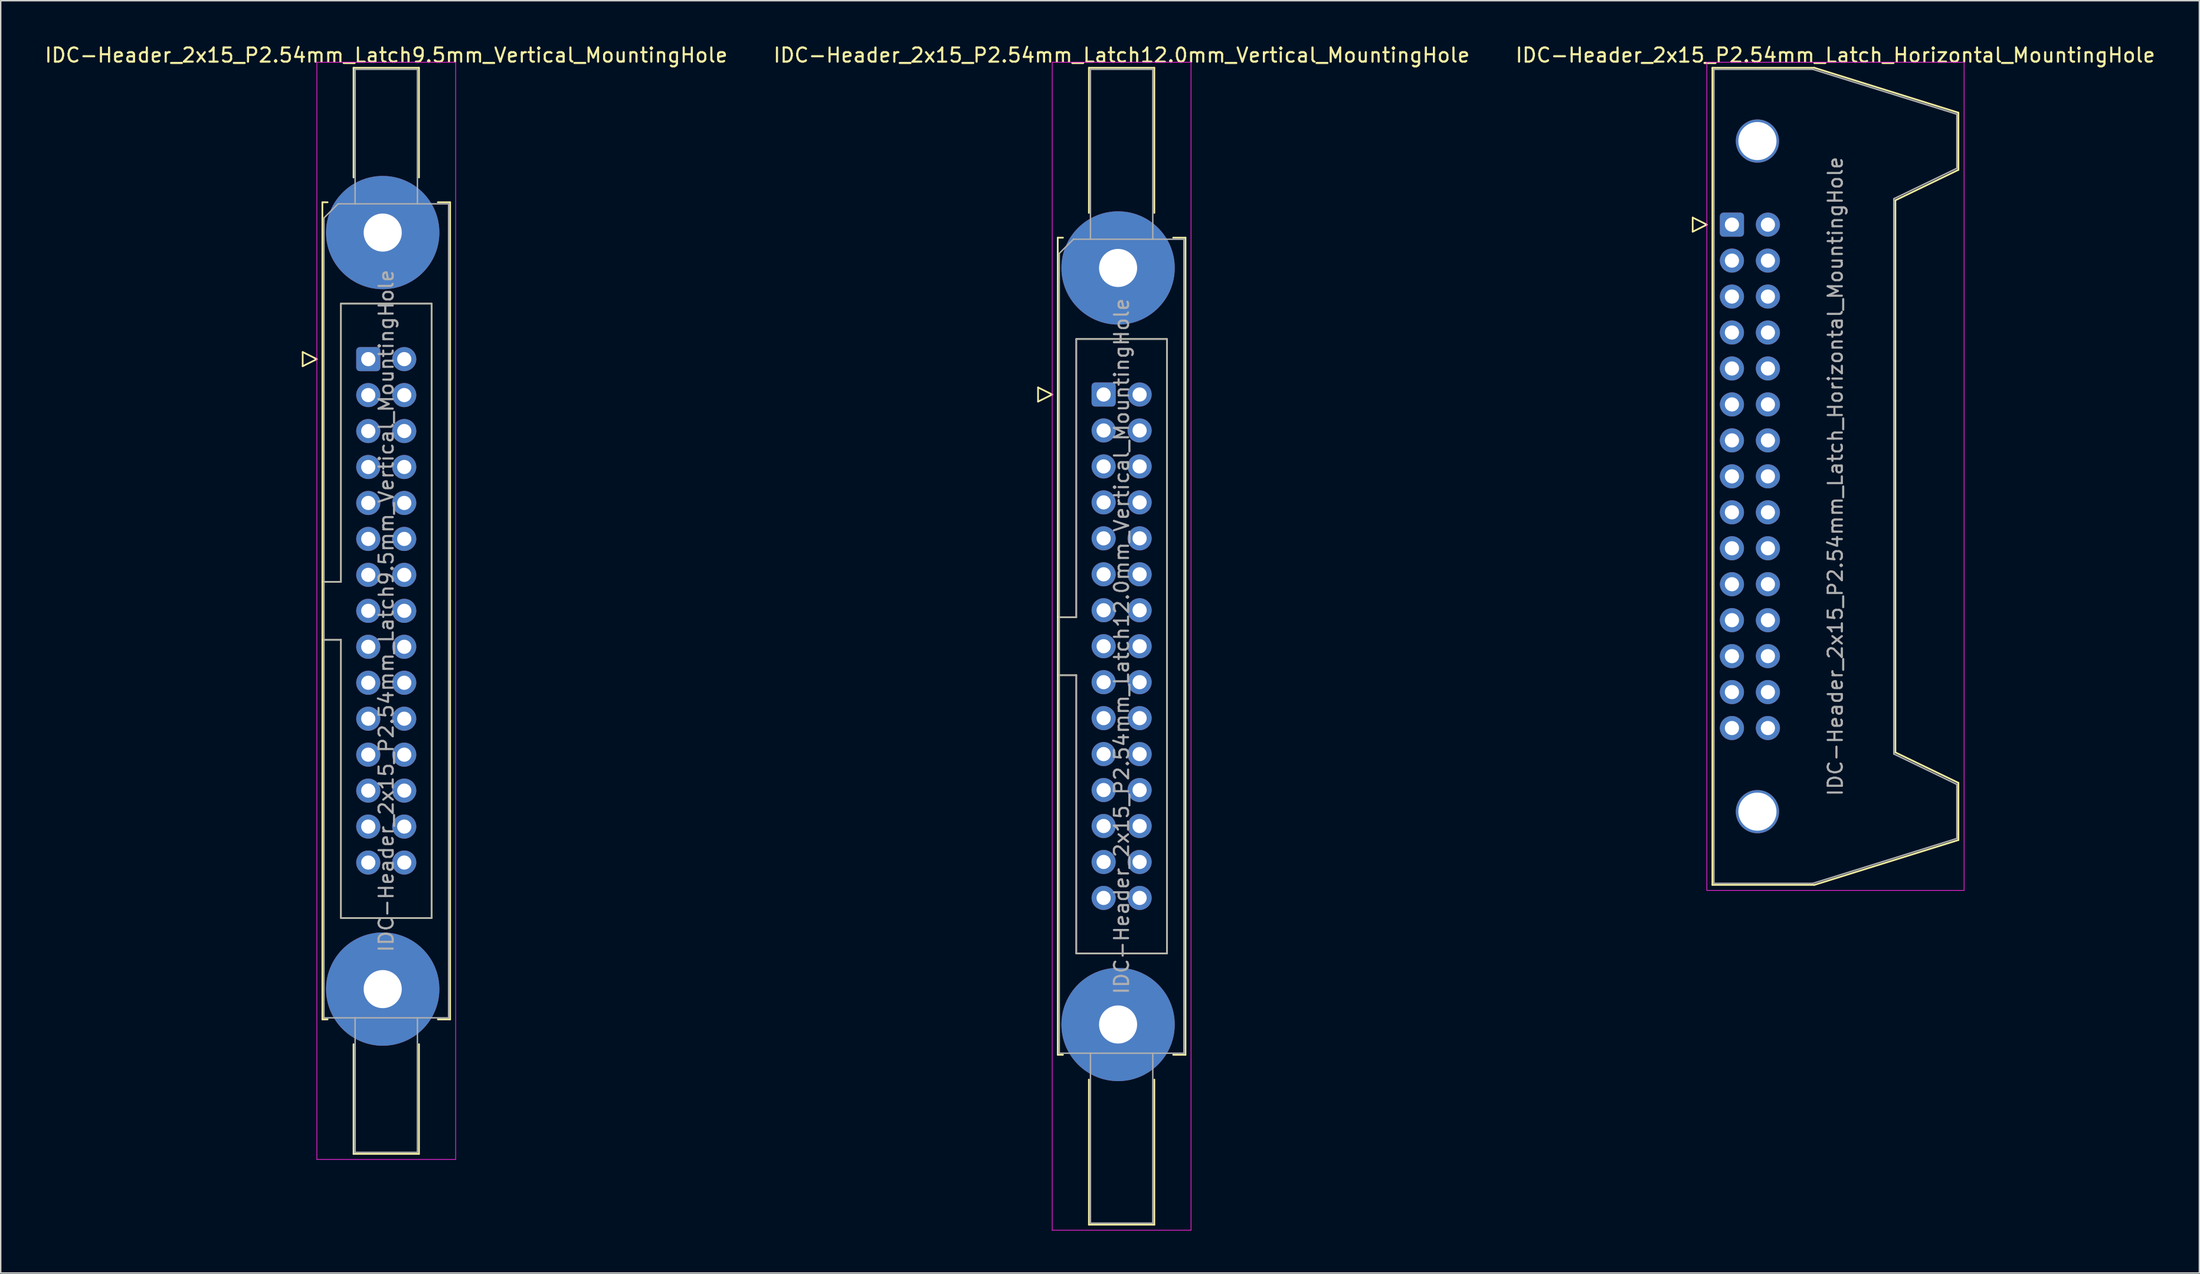
<source format=kicad_pcb>
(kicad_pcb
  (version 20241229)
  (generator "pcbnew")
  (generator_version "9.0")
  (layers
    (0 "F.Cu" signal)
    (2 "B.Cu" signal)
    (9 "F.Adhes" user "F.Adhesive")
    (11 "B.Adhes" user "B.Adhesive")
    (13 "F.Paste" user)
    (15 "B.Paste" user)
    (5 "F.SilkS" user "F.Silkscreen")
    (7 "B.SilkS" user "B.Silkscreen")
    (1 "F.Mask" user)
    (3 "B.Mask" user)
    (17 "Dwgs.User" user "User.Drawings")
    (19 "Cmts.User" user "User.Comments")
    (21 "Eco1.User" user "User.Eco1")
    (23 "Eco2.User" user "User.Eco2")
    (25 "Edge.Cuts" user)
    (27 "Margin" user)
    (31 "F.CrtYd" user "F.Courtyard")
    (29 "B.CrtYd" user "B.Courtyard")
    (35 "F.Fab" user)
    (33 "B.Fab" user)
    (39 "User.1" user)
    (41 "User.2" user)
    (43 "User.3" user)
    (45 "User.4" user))
  (footprint "IDC-Header_2x15_P2.54mm_Latch12.0mm_Vertical_MountingHole"
    (layer "F.Cu")
    (at 74.867 24.818)
    (property "Reference" "IDC-Header_2x15_P2.54mm_Latch12.0mm_Vertical_MountingHole" (at 1.27 -23.97 0) (layer "F.SilkS") (effects (font (size 1 1) (thickness 0.15))))
    (attr through_hole)
    (fp_line (start -4.63 -0.5) (end -4.63 0.5) (stroke (width 0.12) (type solid)) (layer "F.SilkS"))
    (fp_line (start -4.63 0.5) (end -3.63 0) (stroke (width 0.12) (type solid)) (layer "F.SilkS"))
    (fp_line (start -3.63 0) (end -4.63 -0.5) (stroke (width 0.12) (type solid)) (layer "F.SilkS"))
    (fp_line (start -3.24 -11.08) (end -3.24 46.64) (stroke (width 0.12) (type solid)) (layer "F.SilkS"))
    (fp_line (start -3.24 15.73) (end -1.93 15.73) (stroke (width 0.12) (type solid)) (layer "F.SilkS"))
    (fp_line (start -3.24 46.64) (end -2.87 46.64) (stroke (width 0.12) (type solid)) (layer "F.SilkS"))
    (fp_line (start -2.87 -11.08) (end -3.24 -11.08) (stroke (width 0.12) (type solid)) (layer "F.SilkS"))
    (fp_line (start -1.93 -3.92) (end 4.47 -3.92) (stroke (width 0.12) (type solid)) (layer "F.SilkS"))
    (fp_line (start -1.93 15.73) (end -1.93 -3.92) (stroke (width 0.12) (type solid)) (layer "F.SilkS"))
    (fp_line (start -1.93 19.83) (end -3.24 19.83) (stroke (width 0.12) (type solid)) (layer "F.SilkS"))
    (fp_line (start -1.93 19.83) (end -1.93 19.83) (stroke (width 0.12) (type solid)) (layer "F.SilkS"))
    (fp_line (start -1.93 39.48) (end -1.93 19.83) (stroke (width 0.12) (type solid)) (layer "F.SilkS"))
    (fp_line (start -1.04 -23.08) (end 3.58 -23.08) (stroke (width 0.12) (type solid)) (layer "F.SilkS"))
    (fp_line (start -1.04 -12.83) (end -1.04 -23.08) (stroke (width 0.12) (type solid)) (layer "F.SilkS"))
    (fp_line (start -1.04 48.39) (end -1.04 58.64) (stroke (width 0.12) (type solid)) (layer "F.SilkS"))
    (fp_line (start -1.04 58.64) (end 3.58 58.64) (stroke (width 0.12) (type solid)) (layer "F.SilkS"))
    (fp_line (start 3.58 -23.08) (end 3.58 -12.83) (stroke (width 0.12) (type solid)) (layer "F.SilkS"))
    (fp_line (start 3.58 58.64) (end 3.58 48.39) (stroke (width 0.12) (type solid)) (layer "F.SilkS"))
    (fp_line (start 4.47 -3.92) (end 4.47 39.48) (stroke (width 0.12) (type solid)) (layer "F.SilkS"))
    (fp_line (start 4.47 39.48) (end -1.93 39.48) (stroke (width 0.12) (type solid)) (layer "F.SilkS"))
    (fp_line (start 4.91 -11.08) (end 5.78 -11.08) (stroke (width 0.12) (type solid)) (layer "F.SilkS"))
    (fp_line (start 5.78 -11.08) (end 5.78 46.64) (stroke (width 0.12) (type solid)) (layer "F.SilkS"))
    (fp_line (start 5.78 46.64) (end 4.91 46.64) (stroke (width 0.12) (type solid)) (layer "F.SilkS"))
    (fp_line (start -3.63 -23.47) (end -3.63 59.03) (stroke (width 0.05) (type solid)) (layer "F.CrtYd"))
    (fp_line (start -3.63 59.03) (end 6.17 59.03) (stroke (width 0.05) (type solid)) (layer "F.CrtYd"))
    (fp_line (start 6.17 -23.47) (end -3.63 -23.47) (stroke (width 0.05) (type solid)) (layer "F.CrtYd"))
    (fp_line (start 6.17 59.03) (end 6.17 -23.47) (stroke (width 0.05) (type solid)) (layer "F.CrtYd"))
    (fp_line (start -3.13 -9.97) (end -2.13 -10.97) (stroke (width 0.1) (type solid)) (layer "F.Fab"))
    (fp_line (start -3.13 15.73) (end -1.93 15.73) (stroke (width 0.1) (type solid)) (layer "F.Fab"))
    (fp_line (start -3.13 46.53) (end -3.13 -9.97) (stroke (width 0.1) (type solid)) (layer "F.Fab"))
    (fp_line (start -2.13 -10.97) (end 5.67 -10.97) (stroke (width 0.1) (type solid)) (layer "F.Fab"))
    (fp_line (start -1.93 -3.92) (end 4.47 -3.92) (stroke (width 0.1) (type solid)) (layer "F.Fab"))
    (fp_line (start -1.93 15.73) (end -1.93 -3.92) (stroke (width 0.1) (type solid)) (layer "F.Fab"))
    (fp_line (start -1.93 19.83) (end -3.13 19.83) (stroke (width 0.1) (type solid)) (layer "F.Fab"))
    (fp_line (start -1.93 19.83) (end -1.93 19.83) (stroke (width 0.1) (type solid)) (layer "F.Fab"))
    (fp_line (start -1.93 39.48) (end -1.93 19.83) (stroke (width 0.1) (type solid)) (layer "F.Fab"))
    (fp_line (start -0.93 -22.97) (end 3.47 -22.97) (stroke (width 0.1) (type solid)) (layer "F.Fab"))
    (fp_line (start -0.93 -10.97) (end -0.93 -22.97) (stroke (width 0.1) (type solid)) (layer "F.Fab"))
    (fp_line (start -0.93 46.53) (end -0.93 58.53) (stroke (width 0.1) (type solid)) (layer "F.Fab"))
    (fp_line (start -0.93 58.53) (end 3.47 58.53) (stroke (width 0.1) (type solid)) (layer "F.Fab"))
    (fp_line (start 3.47 -22.97) (end 3.47 -10.97) (stroke (width 0.1) (type solid)) (layer "F.Fab"))
    (fp_line (start 3.47 58.53) (end 3.47 46.53) (stroke (width 0.1) (type solid)) (layer "F.Fab"))
    (fp_line (start 4.47 -3.92) (end 4.47 39.48) (stroke (width 0.1) (type solid)) (layer "F.Fab"))
    (fp_line (start 4.47 39.48) (end -1.93 39.48) (stroke (width 0.1) (type solid)) (layer "F.Fab"))
    (fp_line (start 5.67 -10.97) (end 5.67 46.53) (stroke (width 0.1) (type solid)) (layer "F.Fab"))
    (fp_line (start 5.67 46.53) (end -3.13 46.53) (stroke (width 0.1) (type solid)) (layer "F.Fab"))
    (fp_text user "${REFERENCE}" (at 1.27 17.78 90) (layer "F.Fab") (effects (font (size 1 1) (thickness 0.15))))
    (pad "" thru_hole circle (at 1.02 -8.94) (size 8 8) (drill 2.69) (layers "*.Cu" "*.Mask"))
    (pad "" thru_hole circle (at 1.02 44.5) (size 8 8) (drill 2.69) (layers "*.Cu" "*.Mask"))
    (pad "1" thru_hole roundrect (at 0 0) (size 1.7 1.7) (drill 1) (layers "*.Cu" "*.Mask") (roundrect_rratio 0.147))
    (pad "2" thru_hole circle (at 2.54 0) (size 1.7 1.7) (drill 1) (layers "*.Cu" "*.Mask"))
    (pad "3" thru_hole circle (at 0 2.54) (size 1.7 1.7) (drill 1) (layers "*.Cu" "*.Mask"))
    (pad "4" thru_hole circle (at 2.54 2.54) (size 1.7 1.7) (drill 1) (layers "*.Cu" "*.Mask"))
    (pad "5" thru_hole circle (at 0 5.08) (size 1.7 1.7) (drill 1) (layers "*.Cu" "*.Mask"))
    (pad "6" thru_hole circle (at 2.54 5.08) (size 1.7 1.7) (drill 1) (layers "*.Cu" "*.Mask"))
    (pad "7" thru_hole circle (at 0 7.62) (size 1.7 1.7) (drill 1) (layers "*.Cu" "*.Mask"))
    (pad "8" thru_hole circle (at 2.54 7.62) (size 1.7 1.7) (drill 1) (layers "*.Cu" "*.Mask"))
    (pad "9" thru_hole circle (at 0 10.16) (size 1.7 1.7) (drill 1) (layers "*.Cu" "*.Mask"))
    (pad "10" thru_hole circle (at 2.54 10.16) (size 1.7 1.7) (drill 1) (layers "*.Cu" "*.Mask"))
    (pad "11" thru_hole circle (at 0 12.7) (size 1.7 1.7) (drill 1) (layers "*.Cu" "*.Mask"))
    (pad "12" thru_hole circle (at 2.54 12.7) (size 1.7 1.7) (drill 1) (layers "*.Cu" "*.Mask"))
    (pad "13" thru_hole circle (at 0 15.24) (size 1.7 1.7) (drill 1) (layers "*.Cu" "*.Mask"))
    (pad "14" thru_hole circle (at 2.54 15.24) (size 1.7 1.7) (drill 1) (layers "*.Cu" "*.Mask"))
    (pad "15" thru_hole circle (at 0 17.78) (size 1.7 1.7) (drill 1) (layers "*.Cu" "*.Mask"))
    (pad "16" thru_hole circle (at 2.54 17.78) (size 1.7 1.7) (drill 1) (layers "*.Cu" "*.Mask"))
    (pad "17" thru_hole circle (at 0 20.32) (size 1.7 1.7) (drill 1) (layers "*.Cu" "*.Mask"))
    (pad "18" thru_hole circle (at 2.54 20.32) (size 1.7 1.7) (drill 1) (layers "*.Cu" "*.Mask"))
    (pad "19" thru_hole circle (at 0 22.86) (size 1.7 1.7) (drill 1) (layers "*.Cu" "*.Mask"))
    (pad "20" thru_hole circle (at 2.54 22.86) (size 1.7 1.7) (drill 1) (layers "*.Cu" "*.Mask"))
    (pad "21" thru_hole circle (at 0 25.4) (size 1.7 1.7) (drill 1) (layers "*.Cu" "*.Mask"))
    (pad "22" thru_hole circle (at 2.54 25.4) (size 1.7 1.7) (drill 1) (layers "*.Cu" "*.Mask"))
    (pad "23" thru_hole circle (at 0 27.94) (size 1.7 1.7) (drill 1) (layers "*.Cu" "*.Mask"))
    (pad "24" thru_hole circle (at 2.54 27.94) (size 1.7 1.7) (drill 1) (layers "*.Cu" "*.Mask"))
    (pad "25" thru_hole circle (at 0 30.48) (size 1.7 1.7) (drill 1) (layers "*.Cu" "*.Mask"))
    (pad "26" thru_hole circle (at 2.54 30.48) (size 1.7 1.7) (drill 1) (layers "*.Cu" "*.Mask"))
    (pad "27" thru_hole circle (at 0 33.02) (size 1.7 1.7) (drill 1) (layers "*.Cu" "*.Mask"))
    (pad "28" thru_hole circle (at 2.54 33.02) (size 1.7 1.7) (drill 1) (layers "*.Cu" "*.Mask"))
    (pad "29" thru_hole circle (at 0 35.56) (size 1.7 1.7) (drill 1) (layers "*.Cu" "*.Mask"))
    (pad "30" thru_hole circle (at 2.54 35.56) (size 1.7 1.7) (drill 1) (layers "*.Cu" "*.Mask")))
  (footprint "IDC-Header_2x15_P2.54mm_Latch9.5mm_Vertical_MountingHole"
    (layer "F.Cu")
    (at 22.95 22.318)
    (property "Reference" "IDC-Header_2x15_P2.54mm_Latch9.5mm_Vertical_MountingHole" (at 1.27 -21.47 0) (layer "F.SilkS") (effects (font (size 1 1) (thickness 0.15))))
    (attr through_hole)
    (fp_line (start -4.63 -0.5) (end -4.63 0.5) (stroke (width 0.12) (type solid)) (layer "F.SilkS"))
    (fp_line (start -4.63 0.5) (end -3.63 0) (stroke (width 0.12) (type solid)) (layer "F.SilkS"))
    (fp_line (start -3.63 0) (end -4.63 -0.5) (stroke (width 0.12) (type solid)) (layer "F.SilkS"))
    (fp_line (start -3.24 -11.08) (end -3.24 46.64) (stroke (width 0.12) (type solid)) (layer "F.SilkS"))
    (fp_line (start -3.24 15.73) (end -1.93 15.73) (stroke (width 0.12) (type solid)) (layer "F.SilkS"))
    (fp_line (start -3.24 46.64) (end -2.87 46.64) (stroke (width 0.12) (type solid)) (layer "F.SilkS"))
    (fp_line (start -2.87 -11.08) (end -3.24 -11.08) (stroke (width 0.12) (type solid)) (layer "F.SilkS"))
    (fp_line (start -1.93 -3.92) (end 4.47 -3.92) (stroke (width 0.12) (type solid)) (layer "F.SilkS"))
    (fp_line (start -1.93 15.73) (end -1.93 -3.92) (stroke (width 0.12) (type solid)) (layer "F.SilkS"))
    (fp_line (start -1.93 19.83) (end -3.24 19.83) (stroke (width 0.12) (type solid)) (layer "F.SilkS"))
    (fp_line (start -1.93 19.83) (end -1.93 19.83) (stroke (width 0.12) (type solid)) (layer "F.SilkS"))
    (fp_line (start -1.93 39.48) (end -1.93 19.83) (stroke (width 0.12) (type solid)) (layer "F.SilkS"))
    (fp_line (start -1.04 -20.58) (end 3.58 -20.58) (stroke (width 0.12) (type solid)) (layer "F.SilkS"))
    (fp_line (start -1.04 -12.83) (end -1.04 -20.58) (stroke (width 0.12) (type solid)) (layer "F.SilkS"))
    (fp_line (start -1.04 48.39) (end -1.04 56.14) (stroke (width 0.12) (type solid)) (layer "F.SilkS"))
    (fp_line (start -1.04 56.14) (end 3.58 56.14) (stroke (width 0.12) (type solid)) (layer "F.SilkS"))
    (fp_line (start 3.58 -20.58) (end 3.58 -12.83) (stroke (width 0.12) (type solid)) (layer "F.SilkS"))
    (fp_line (start 3.58 56.14) (end 3.58 48.39) (stroke (width 0.12) (type solid)) (layer "F.SilkS"))
    (fp_line (start 4.47 -3.92) (end 4.47 39.48) (stroke (width 0.12) (type solid)) (layer "F.SilkS"))
    (fp_line (start 4.47 39.48) (end -1.93 39.48) (stroke (width 0.12) (type solid)) (layer "F.SilkS"))
    (fp_line (start 4.91 -11.08) (end 5.78 -11.08) (stroke (width 0.12) (type solid)) (layer "F.SilkS"))
    (fp_line (start 5.78 -11.08) (end 5.78 46.64) (stroke (width 0.12) (type solid)) (layer "F.SilkS"))
    (fp_line (start 5.78 46.64) (end 4.91 46.64) (stroke (width 0.12) (type solid)) (layer "F.SilkS"))
    (fp_line (start -3.63 -20.97) (end -3.63 56.53) (stroke (width 0.05) (type solid)) (layer "F.CrtYd"))
    (fp_line (start -3.63 56.53) (end 6.17 56.53) (stroke (width 0.05) (type solid)) (layer "F.CrtYd"))
    (fp_line (start 6.17 -20.97) (end -3.63 -20.97) (stroke (width 0.05) (type solid)) (layer "F.CrtYd"))
    (fp_line (start 6.17 56.53) (end 6.17 -20.97) (stroke (width 0.05) (type solid)) (layer "F.CrtYd"))
    (fp_line (start -3.13 -9.97) (end -2.13 -10.97) (stroke (width 0.1) (type solid)) (layer "F.Fab"))
    (fp_line (start -3.13 15.73) (end -1.93 15.73) (stroke (width 0.1) (type solid)) (layer "F.Fab"))
    (fp_line (start -3.13 46.53) (end -3.13 -9.97) (stroke (width 0.1) (type solid)) (layer "F.Fab"))
    (fp_line (start -2.13 -10.97) (end 5.67 -10.97) (stroke (width 0.1) (type solid)) (layer "F.Fab"))
    (fp_line (start -1.93 -3.92) (end 4.47 -3.92) (stroke (width 0.1) (type solid)) (layer "F.Fab"))
    (fp_line (start -1.93 15.73) (end -1.93 -3.92) (stroke (width 0.1) (type solid)) (layer "F.Fab"))
    (fp_line (start -1.93 19.83) (end -3.13 19.83) (stroke (width 0.1) (type solid)) (layer "F.Fab"))
    (fp_line (start -1.93 19.83) (end -1.93 19.83) (stroke (width 0.1) (type solid)) (layer "F.Fab"))
    (fp_line (start -1.93 39.48) (end -1.93 19.83) (stroke (width 0.1) (type solid)) (layer "F.Fab"))
    (fp_line (start -0.93 -20.47) (end 3.47 -20.47) (stroke (width 0.1) (type solid)) (layer "F.Fab"))
    (fp_line (start -0.93 -10.97) (end -0.93 -20.47) (stroke (width 0.1) (type solid)) (layer "F.Fab"))
    (fp_line (start -0.93 46.53) (end -0.93 56.03) (stroke (width 0.1) (type solid)) (layer "F.Fab"))
    (fp_line (start -0.93 56.03) (end 3.47 56.03) (stroke (width 0.1) (type solid)) (layer "F.Fab"))
    (fp_line (start 3.47 -20.47) (end 3.47 -10.97) (stroke (width 0.1) (type solid)) (layer "F.Fab"))
    (fp_line (start 3.47 56.03) (end 3.47 46.53) (stroke (width 0.1) (type solid)) (layer "F.Fab"))
    (fp_line (start 4.47 -3.92) (end 4.47 39.48) (stroke (width 0.1) (type solid)) (layer "F.Fab"))
    (fp_line (start 4.47 39.48) (end -1.93 39.48) (stroke (width 0.1) (type solid)) (layer "F.Fab"))
    (fp_line (start 5.67 -10.97) (end 5.67 46.53) (stroke (width 0.1) (type solid)) (layer "F.Fab"))
    (fp_line (start 5.67 46.53) (end -3.13 46.53) (stroke (width 0.1) (type solid)) (layer "F.Fab"))
    (fp_text user "${REFERENCE}" (at 1.27 17.78 90) (layer "F.Fab") (effects (font (size 1 1) (thickness 0.15))))
    (pad "" thru_hole circle (at 1.02 -8.94) (size 8 8) (drill 2.69) (layers "*.Cu" "*.Mask"))
    (pad "" thru_hole circle (at 1.02 44.5) (size 8 8) (drill 2.69) (layers "*.Cu" "*.Mask"))
    (pad "1" thru_hole roundrect (at 0 0) (size 1.7 1.7) (drill 1) (layers "*.Cu" "*.Mask") (roundrect_rratio 0.147))
    (pad "2" thru_hole circle (at 2.54 0) (size 1.7 1.7) (drill 1) (layers "*.Cu" "*.Mask"))
    (pad "3" thru_hole circle (at 0 2.54) (size 1.7 1.7) (drill 1) (layers "*.Cu" "*.Mask"))
    (pad "4" thru_hole circle (at 2.54 2.54) (size 1.7 1.7) (drill 1) (layers "*.Cu" "*.Mask"))
    (pad "5" thru_hole circle (at 0 5.08) (size 1.7 1.7) (drill 1) (layers "*.Cu" "*.Mask"))
    (pad "6" thru_hole circle (at 2.54 5.08) (size 1.7 1.7) (drill 1) (layers "*.Cu" "*.Mask"))
    (pad "7" thru_hole circle (at 0 7.62) (size 1.7 1.7) (drill 1) (layers "*.Cu" "*.Mask"))
    (pad "8" thru_hole circle (at 2.54 7.62) (size 1.7 1.7) (drill 1) (layers "*.Cu" "*.Mask"))
    (pad "9" thru_hole circle (at 0 10.16) (size 1.7 1.7) (drill 1) (layers "*.Cu" "*.Mask"))
    (pad "10" thru_hole circle (at 2.54 10.16) (size 1.7 1.7) (drill 1) (layers "*.Cu" "*.Mask"))
    (pad "11" thru_hole circle (at 0 12.7) (size 1.7 1.7) (drill 1) (layers "*.Cu" "*.Mask"))
    (pad "12" thru_hole circle (at 2.54 12.7) (size 1.7 1.7) (drill 1) (layers "*.Cu" "*.Mask"))
    (pad "13" thru_hole circle (at 0 15.24) (size 1.7 1.7) (drill 1) (layers "*.Cu" "*.Mask"))
    (pad "14" thru_hole circle (at 2.54 15.24) (size 1.7 1.7) (drill 1) (layers "*.Cu" "*.Mask"))
    (pad "15" thru_hole circle (at 0 17.78) (size 1.7 1.7) (drill 1) (layers "*.Cu" "*.Mask"))
    (pad "16" thru_hole circle (at 2.54 17.78) (size 1.7 1.7) (drill 1) (layers "*.Cu" "*.Mask"))
    (pad "17" thru_hole circle (at 0 20.32) (size 1.7 1.7) (drill 1) (layers "*.Cu" "*.Mask"))
    (pad "18" thru_hole circle (at 2.54 20.32) (size 1.7 1.7) (drill 1) (layers "*.Cu" "*.Mask"))
    (pad "19" thru_hole circle (at 0 22.86) (size 1.7 1.7) (drill 1) (layers "*.Cu" "*.Mask"))
    (pad "20" thru_hole circle (at 2.54 22.86) (size 1.7 1.7) (drill 1) (layers "*.Cu" "*.Mask"))
    (pad "21" thru_hole circle (at 0 25.4) (size 1.7 1.7) (drill 1) (layers "*.Cu" "*.Mask"))
    (pad "22" thru_hole circle (at 2.54 25.4) (size 1.7 1.7) (drill 1) (layers "*.Cu" "*.Mask"))
    (pad "23" thru_hole circle (at 0 27.94) (size 1.7 1.7) (drill 1) (layers "*.Cu" "*.Mask"))
    (pad "24" thru_hole circle (at 2.54 27.94) (size 1.7 1.7) (drill 1) (layers "*.Cu" "*.Mask"))
    (pad "25" thru_hole circle (at 0 30.48) (size 1.7 1.7) (drill 1) (layers "*.Cu" "*.Mask"))
    (pad "26" thru_hole circle (at 2.54 30.48) (size 1.7 1.7) (drill 1) (layers "*.Cu" "*.Mask"))
    (pad "27" thru_hole circle (at 0 33.02) (size 1.7 1.7) (drill 1) (layers "*.Cu" "*.Mask"))
    (pad "28" thru_hole circle (at 2.54 33.02) (size 1.7 1.7) (drill 1) (layers "*.Cu" "*.Mask"))
    (pad "29" thru_hole circle (at 0 35.56) (size 1.7 1.7) (drill 1) (layers "*.Cu" "*.Mask"))
    (pad "30" thru_hole circle (at 2.54 35.56) (size 1.7 1.7) (drill 1) (layers "*.Cu" "*.Mask")))
  (footprint "IDC-Header_2x15_P2.54mm_Latch_Horizontal_MountingHole"
    (layer "F.Cu")
    (at 119.225 12.818)
    (property "Reference" "IDC-Header_2x15_P2.54mm_Latch_Horizontal_MountingHole" (at 7.305 -11.97 0) (layer "F.SilkS") (effects (font (size 1 1) (thickness 0.15))))
    (attr through_hole)
    (fp_line (start -2.77 -0.5) (end -2.77 0.5) (stroke (width 0.12) (type solid)) (layer "F.SilkS"))
    (fp_line (start -2.77 0.5) (end -1.77 0) (stroke (width 0.12) (type solid)) (layer "F.SilkS"))
    (fp_line (start -1.77 0) (end -2.77 -0.5) (stroke (width 0.12) (type solid)) (layer "F.SilkS"))
    (fp_line (start -1.38 -11.08) (end 5.82 -11.08) (stroke (width 0.12) (type solid)) (layer "F.SilkS"))
    (fp_line (start -1.38 46.64) (end -1.38 -11.08) (stroke (width 0.12) (type solid)) (layer "F.SilkS"))
    (fp_line (start 5.82 -11.08) (end 15.99 -7.91) (stroke (width 0.12) (type solid)) (layer "F.SilkS"))
    (fp_line (start 5.82 46.64) (end -1.38 46.64) (stroke (width 0.12) (type solid)) (layer "F.SilkS"))
    (fp_line (start 11.54 -1.72) (end 11.54 37.28) (stroke (width 0.12) (type solid)) (layer "F.SilkS"))
    (fp_line (start 11.54 37.28) (end 15.99 39.43) (stroke (width 0.12) (type solid)) (layer "F.SilkS"))
    (fp_line (start 15.99 -7.91) (end 15.99 -3.87) (stroke (width 0.12) (type solid)) (layer "F.SilkS"))
    (fp_line (start 15.99 -3.87) (end 11.54 -1.72) (stroke (width 0.12) (type solid)) (layer "F.SilkS"))
    (fp_line (start 15.99 39.43) (end 15.99 43.47) (stroke (width 0.12) (type solid)) (layer "F.SilkS"))
    (fp_line (start 15.99 43.47) (end 5.82 46.64) (stroke (width 0.12) (type solid)) (layer "F.SilkS"))
    (fp_line (start -1.77 -11.47) (end -1.77 47.03) (stroke (width 0.05) (type solid)) (layer "F.CrtYd"))
    (fp_line (start -1.77 47.03) (end 16.39 47.03) (stroke (width 0.05) (type solid)) (layer "F.CrtYd"))
    (fp_line (start 16.39 -11.47) (end -1.77 -11.47) (stroke (width 0.05) (type solid)) (layer "F.CrtYd"))
    (fp_line (start 16.39 47.03) (end 16.39 -11.47) (stroke (width 0.05) (type solid)) (layer "F.CrtYd"))
    (fp_line (start -1.27 -10.97) (end 5.71 -10.97) (stroke (width 0.1) (type solid)) (layer "F.Fab"))
    (fp_line (start -1.27 46.53) (end -1.27 -10.97) (stroke (width 0.1) (type solid)) (layer "F.Fab"))
    (fp_line (start 5.71 -10.97) (end 15.88 -7.8) (stroke (width 0.1) (type solid)) (layer "F.Fab"))
    (fp_line (start 5.71 46.53) (end -1.27 46.53) (stroke (width 0.1) (type solid)) (layer "F.Fab"))
    (fp_line (start 11.43 -1.83) (end 11.43 37.39) (stroke (width 0.1) (type solid)) (layer "F.Fab"))
    (fp_line (start 11.43 37.39) (end 15.88 39.54) (stroke (width 0.1) (type solid)) (layer "F.Fab"))
    (fp_line (start 15.88 -7.8) (end 15.88 -3.98) (stroke (width 0.1) (type solid)) (layer "F.Fab"))
    (fp_line (start 15.88 -3.98) (end 11.43 -1.83) (stroke (width 0.1) (type solid)) (layer "F.Fab"))
    (fp_line (start 15.88 39.54) (end 15.88 43.36) (stroke (width 0.1) (type solid)) (layer "F.Fab"))
    (fp_line (start 15.88 43.36) (end 5.71 46.53) (stroke (width 0.1) (type solid)) (layer "F.Fab"))
    (fp_text user "${REFERENCE}" (at 7.305 17.78 90) (layer "F.Fab") (effects (font (size 1 1) (thickness 0.15))))
    (pad "" thru_hole circle (at 1.8 -5.905) (size 3.05 3.05) (drill 2.69) (layers "*.Cu" "*.Mask"))
    (pad "" thru_hole circle (at 1.8 41.465) (size 3.05 3.05) (drill 2.69) (layers "*.Cu" "*.Mask"))
    (pad "1" thru_hole roundrect (at 0 0) (size 1.7 1.7) (drill 1) (layers "*.Cu" "*.Mask") (roundrect_rratio 0.147))
    (pad "2" thru_hole circle (at 2.54 0) (size 1.7 1.7) (drill 1) (layers "*.Cu" "*.Mask"))
    (pad "3" thru_hole circle (at 0 2.54) (size 1.7 1.7) (drill 1) (layers "*.Cu" "*.Mask"))
    (pad "4" thru_hole circle (at 2.54 2.54) (size 1.7 1.7) (drill 1) (layers "*.Cu" "*.Mask"))
    (pad "5" thru_hole circle (at 0 5.08) (size 1.7 1.7) (drill 1) (layers "*.Cu" "*.Mask"))
    (pad "6" thru_hole circle (at 2.54 5.08) (size 1.7 1.7) (drill 1) (layers "*.Cu" "*.Mask"))
    (pad "7" thru_hole circle (at 0 7.62) (size 1.7 1.7) (drill 1) (layers "*.Cu" "*.Mask"))
    (pad "8" thru_hole circle (at 2.54 7.62) (size 1.7 1.7) (drill 1) (layers "*.Cu" "*.Mask"))
    (pad "9" thru_hole circle (at 0 10.16) (size 1.7 1.7) (drill 1) (layers "*.Cu" "*.Mask"))
    (pad "10" thru_hole circle (at 2.54 10.16) (size 1.7 1.7) (drill 1) (layers "*.Cu" "*.Mask"))
    (pad "11" thru_hole circle (at 0 12.7) (size 1.7 1.7) (drill 1) (layers "*.Cu" "*.Mask"))
    (pad "12" thru_hole circle (at 2.54 12.7) (size 1.7 1.7) (drill 1) (layers "*.Cu" "*.Mask"))
    (pad "13" thru_hole circle (at 0 15.24) (size 1.7 1.7) (drill 1) (layers "*.Cu" "*.Mask"))
    (pad "14" thru_hole circle (at 2.54 15.24) (size 1.7 1.7) (drill 1) (layers "*.Cu" "*.Mask"))
    (pad "15" thru_hole circle (at 0 17.78) (size 1.7 1.7) (drill 1) (layers "*.Cu" "*.Mask"))
    (pad "16" thru_hole circle (at 2.54 17.78) (size 1.7 1.7) (drill 1) (layers "*.Cu" "*.Mask"))
    (pad "17" thru_hole circle (at 0 20.32) (size 1.7 1.7) (drill 1) (layers "*.Cu" "*.Mask"))
    (pad "18" thru_hole circle (at 2.54 20.32) (size 1.7 1.7) (drill 1) (layers "*.Cu" "*.Mask"))
    (pad "19" thru_hole circle (at 0 22.86) (size 1.7 1.7) (drill 1) (layers "*.Cu" "*.Mask"))
    (pad "20" thru_hole circle (at 2.54 22.86) (size 1.7 1.7) (drill 1) (layers "*.Cu" "*.Mask"))
    (pad "21" thru_hole circle (at 0 25.4) (size 1.7 1.7) (drill 1) (layers "*.Cu" "*.Mask"))
    (pad "22" thru_hole circle (at 2.54 25.4) (size 1.7 1.7) (drill 1) (layers "*.Cu" "*.Mask"))
    (pad "23" thru_hole circle (at 0 27.94) (size 1.7 1.7) (drill 1) (layers "*.Cu" "*.Mask"))
    (pad "24" thru_hole circle (at 2.54 27.94) (size 1.7 1.7) (drill 1) (layers "*.Cu" "*.Mask"))
    (pad "25" thru_hole circle (at 0 30.48) (size 1.7 1.7) (drill 1) (layers "*.Cu" "*.Mask"))
    (pad "26" thru_hole circle (at 2.54 30.48) (size 1.7 1.7) (drill 1) (layers "*.Cu" "*.Mask"))
    (pad "27" thru_hole circle (at 0 33.02) (size 1.7 1.7) (drill 1) (layers "*.Cu" "*.Mask"))
    (pad "28" thru_hole circle (at 2.54 33.02) (size 1.7 1.7) (drill 1) (layers "*.Cu" "*.Mask"))
    (pad "29" thru_hole circle (at 0 35.56) (size 1.7 1.7) (drill 1) (layers "*.Cu" "*.Mask"))
    (pad "30" thru_hole circle (at 2.54 35.56) (size 1.7 1.7) (drill 1) (layers "*.Cu" "*.Mask")))
  (gr_rect
    (start -3 -3)
    (end 152.226 86.873)
    (stroke (width 0.1) (type default))
    (fill no)
    (layer "Edge.Cuts")))
</source>
